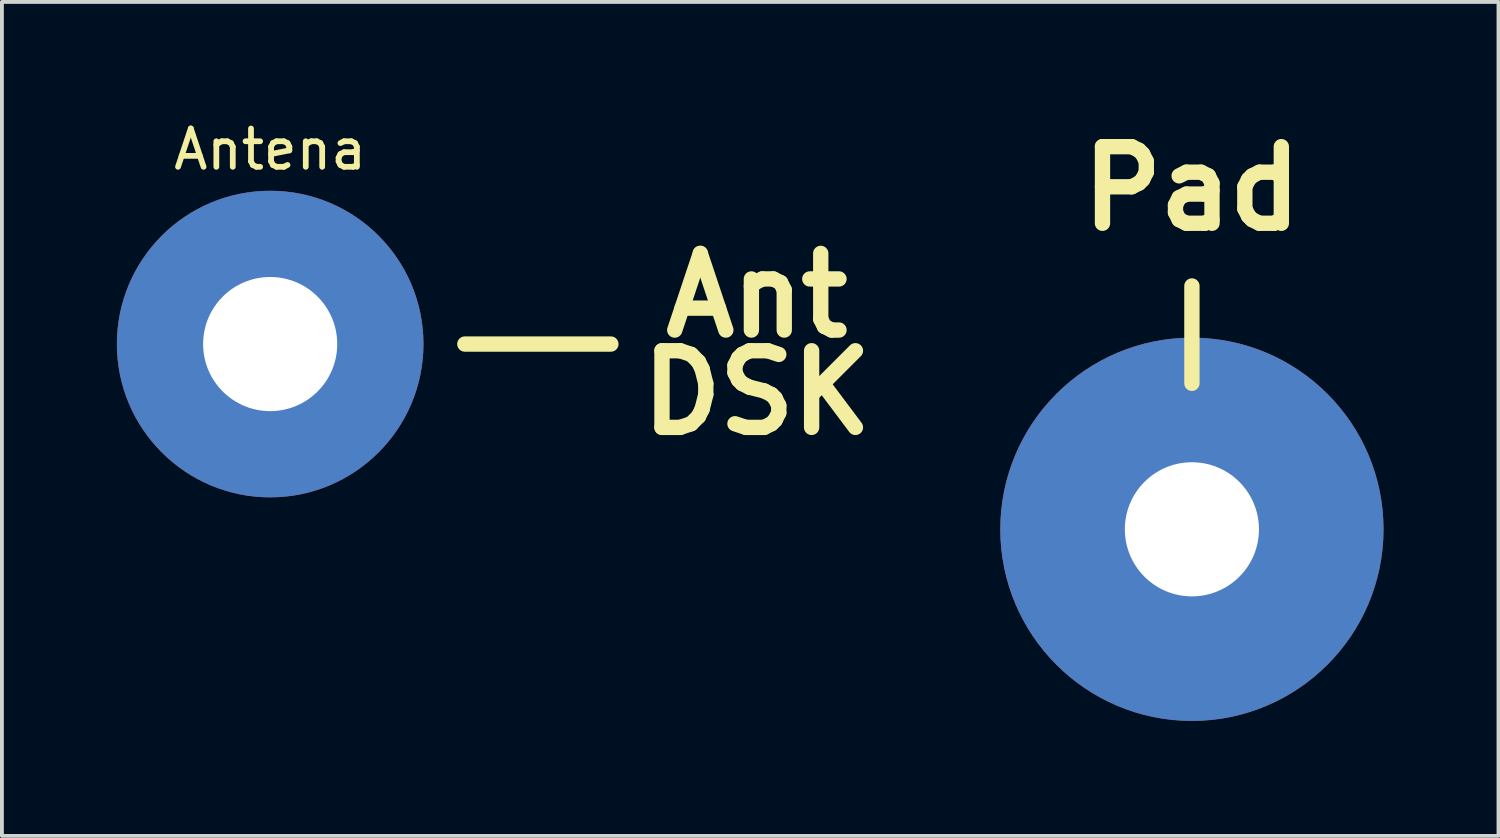
<source format=kicad_pcb>
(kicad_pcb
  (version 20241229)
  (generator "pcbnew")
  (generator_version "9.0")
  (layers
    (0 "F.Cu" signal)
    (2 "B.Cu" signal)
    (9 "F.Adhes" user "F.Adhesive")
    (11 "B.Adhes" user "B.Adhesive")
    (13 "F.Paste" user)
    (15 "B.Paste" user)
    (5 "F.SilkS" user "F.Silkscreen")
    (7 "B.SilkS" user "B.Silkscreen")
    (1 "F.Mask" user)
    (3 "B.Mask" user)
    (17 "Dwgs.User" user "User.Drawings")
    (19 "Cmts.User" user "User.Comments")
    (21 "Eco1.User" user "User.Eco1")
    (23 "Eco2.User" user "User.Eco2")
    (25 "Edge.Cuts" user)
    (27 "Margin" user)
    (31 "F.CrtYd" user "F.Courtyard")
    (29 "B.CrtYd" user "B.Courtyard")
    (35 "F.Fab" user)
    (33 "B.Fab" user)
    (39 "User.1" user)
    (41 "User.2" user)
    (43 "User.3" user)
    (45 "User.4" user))
  (footprint "Pad"
    (layer "F.Cu")
    (at 28.052 10.762)
    (property "Reference" "Pad" (at 0 -8.89 0) (layer "F.SilkS") (effects (font (size 2 2) (thickness 0.4))))
    (attr through_hole)
    (fp_line (start 0 -3.81) (end 0 -6.35) (stroke (width 0.4) (type solid)) (layer "F.SilkS"))
    (pad "1" thru_hole circle (at 0 0) (size 10 10) (drill 3.5) (layers "B.Cu" "B.Mask")))
  (footprint "Antena"
    (layer "F.Cu")
    (at 4 5.928)
    (property "Reference" "Antena" (at 0 -5.08 0) (layer "F.SilkS") (effects (font (size 1 1) (thickness 0.15))))
    (attr through_hole)
    (fp_line (start 5.08 0) (end 8.89 0) (stroke (width 0.4) (type solid)) (layer "F.SilkS"))
    (fp_text user "DSK" (at 12.7 1.27 0) (layer "F.SilkS") (effects (font (size 2 2) (thickness 0.4))))
    (fp_text user "Ant" (at 12.7 -1.27 0) (layer "F.SilkS") (effects (font (size 2 2) (thickness 0.4))))
    (pad "1" thru_hole circle (at 0 0) (size 8 8) (drill 3.5) (layers "B.Cu" "B.Mask")))
  (gr_rect
    (start -3 -3)
    (end 36.052 18.762)
    (stroke (width 0.1) (type default))
    (fill no)
    (layer "Edge.Cuts")))
</source>
